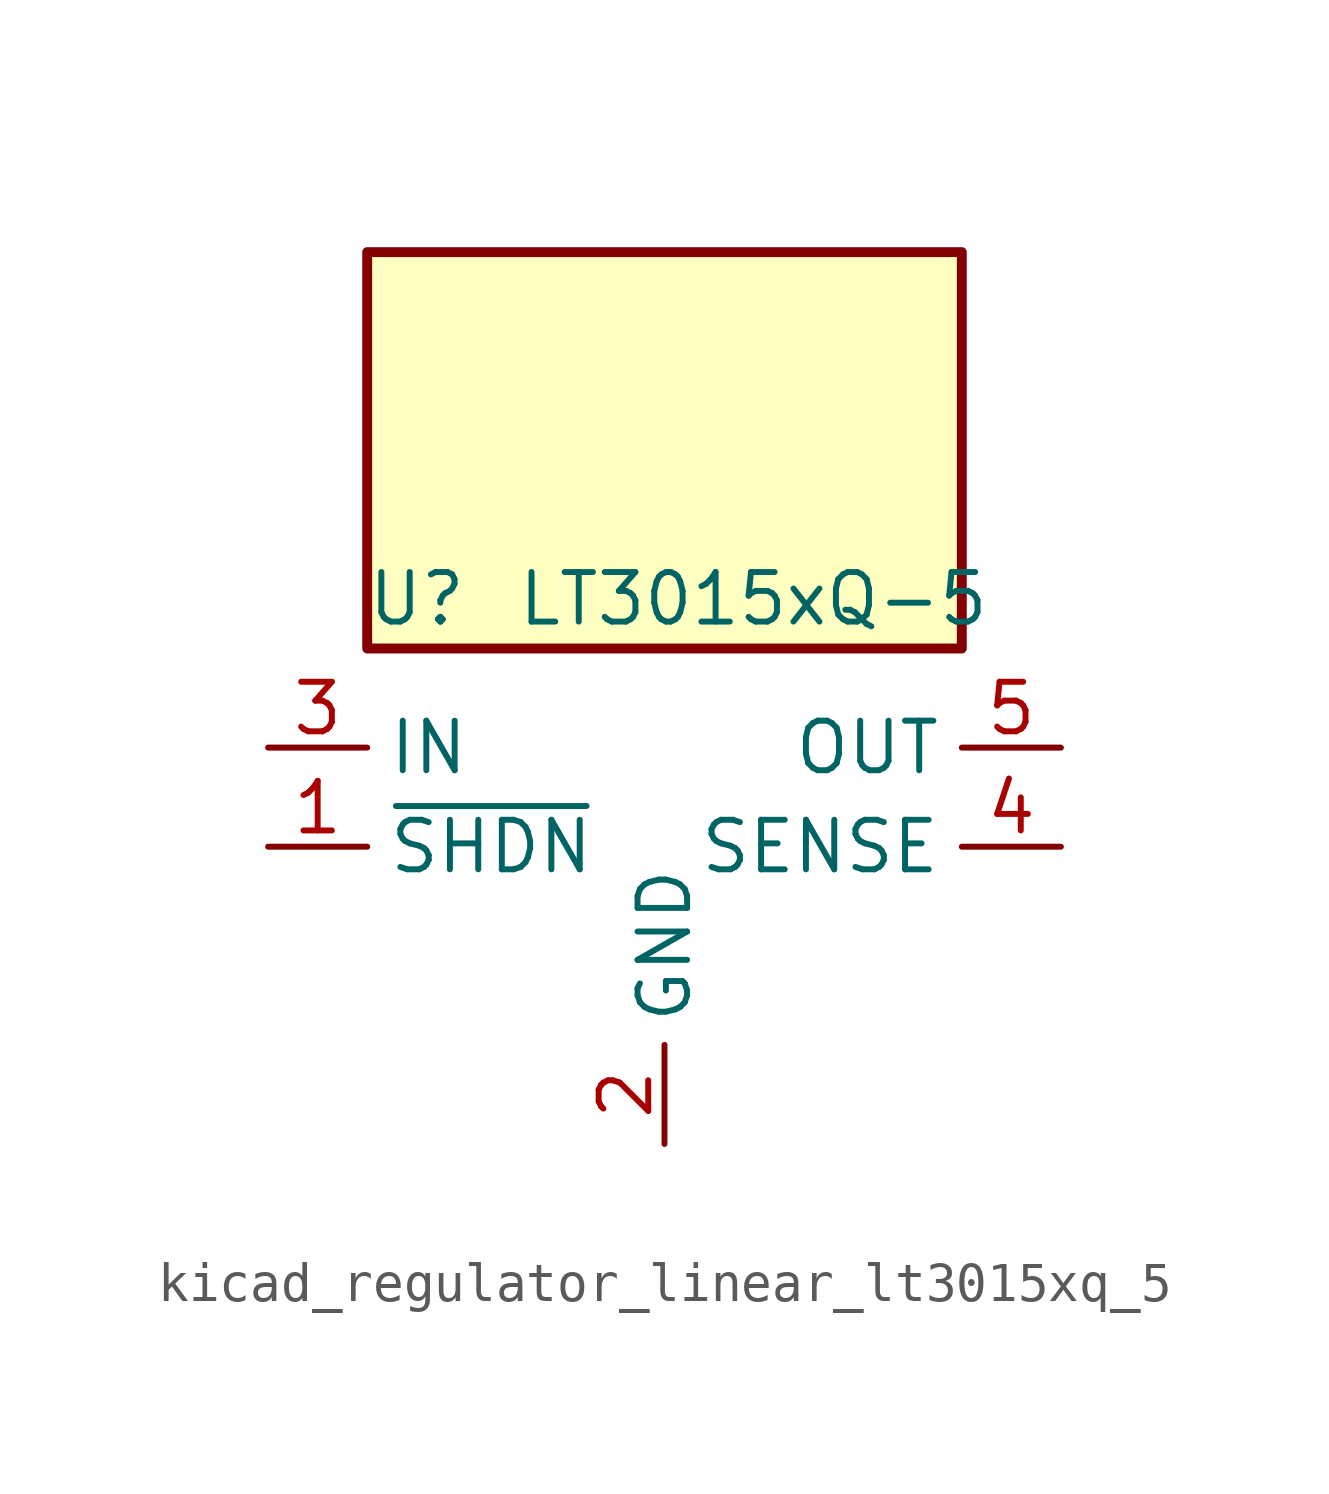
<source format=kicad_sym>
(kicad_symbol_lib
  (version 20220914)
  (generator kicad_symbol_editor)
  (symbol "kicad_regulator_linear_lt3015xq_5"
    (property "Reference" "U"
      (at -6.35 6.35 0)
      (effects (font (size 1.27 1.27))))
    (property "Value" "LT3015xQ-5"
      (at -3.81 6.35 0)
      (effects (font (size 1.27 1.27)) (justify left)))
    (symbol "kicad_regulator_linear_lt3015xq_5_0_1"
      (rectangle (start 7.62 15.24) (end -7.62 5.08) (stroke (width 0.254) (type default)) (fill (type background))))
    (symbol "kicad_regulator_linear_lt3015xq_5_1_1"
      (pin input line (at -10.16 0 0) (length 2.54) (name "~{SHDN}" (effects (font (size 1.27 1.27)))) (number "1" (effects (font (size 1.27 1.27)))))
      (pin power_in line (at 0 -7.62 90) (length 2.54) (name "GND" (effects (font (size 1.27 1.27)))) (number "2" (effects (font (size 1.27 1.27)))))
      (pin power_in line (at -10.16 2.54 0) (length 2.54) (name "IN" (effects (font (size 1.27 1.27)))) (number "3" (effects (font (size 1.27 1.27)))))
      (pin input line (at 10.16 0 180) (length 2.54) (name "SENSE" (effects (font (size 1.27 1.27)))) (number "4" (effects (font (size 1.27 1.27)))))
      (pin power_out line (at 10.16 2.54 180) (length 2.54) (name "OUT" (effects (font (size 1.27 1.27)))) (number "5" (effects (font (size 1.27 1.27))))))))
</source>
